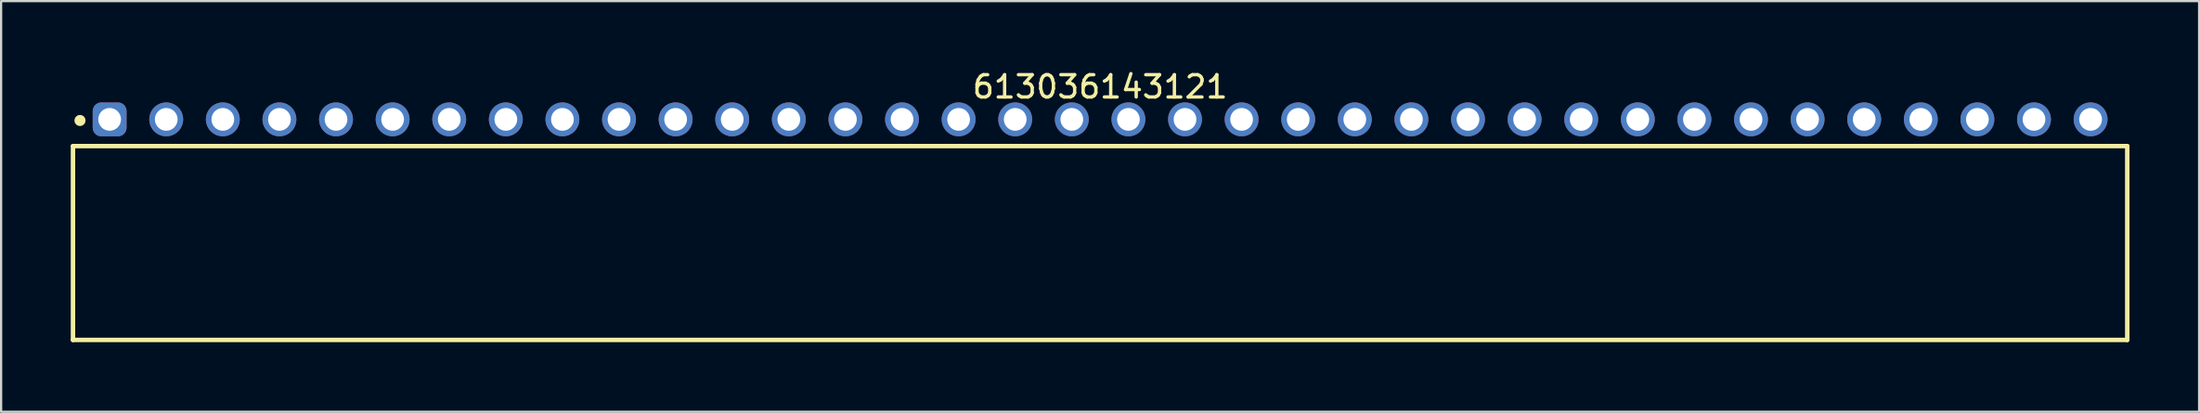
<source format=kicad_pcb>
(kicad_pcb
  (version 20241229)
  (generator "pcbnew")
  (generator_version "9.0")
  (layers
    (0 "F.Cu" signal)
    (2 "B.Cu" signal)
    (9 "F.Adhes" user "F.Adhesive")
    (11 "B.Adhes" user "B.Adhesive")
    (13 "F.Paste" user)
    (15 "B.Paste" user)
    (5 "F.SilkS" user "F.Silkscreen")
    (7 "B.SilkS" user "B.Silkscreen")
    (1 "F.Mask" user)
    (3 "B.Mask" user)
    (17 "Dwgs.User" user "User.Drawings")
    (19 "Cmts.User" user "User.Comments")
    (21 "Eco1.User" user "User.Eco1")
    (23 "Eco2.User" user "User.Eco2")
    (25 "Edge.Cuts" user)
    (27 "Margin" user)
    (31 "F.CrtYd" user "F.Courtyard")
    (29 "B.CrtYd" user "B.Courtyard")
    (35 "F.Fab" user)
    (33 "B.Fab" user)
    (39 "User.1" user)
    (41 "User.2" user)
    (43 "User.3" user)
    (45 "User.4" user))
  (footprint "613036143121"
    (layer "F.Cu")
    (at 46.32 7.858)
    (property "Reference" "613036143121" (at 0 -7.01 0) (layer "F.SilkS") (effects (font (size 1 1) (thickness 0.15))))
    (fp_line (start -46.095 -4.35) (end 46.095 -4.35) (stroke (width 0.2) (type solid)) (layer "F.SilkS"))
    (fp_line (start -46.095 4.35) (end -46.095 -4.35) (stroke (width 0.2) (type solid)) (layer "F.SilkS"))
    (fp_line (start -46.095 4.35) (end 46.095 4.35) (stroke (width 0.2) (type solid)) (layer "F.SilkS"))
    (fp_line (start 46.095 4.35) (end 46.095 -4.35) (stroke (width 0.2) (type solid)) (layer "F.SilkS"))
    (fp_circle (center -45.78 -5.5) (end -45.78 -5.625) (stroke (width 0.25) (type solid)) (fill no) (layer "F.SilkS"))
    (fp_line (start -46.295 -6.51) (end 46.295 -6.51) (stroke (width 0.05) (type solid)) (layer "Eco2.User"))
    (fp_line (start -46.295 4.55) (end -46.295 -6.51) (stroke (width 0.05) (type solid)) (layer "Eco2.User"))
    (fp_line (start -46.295 4.55) (end 46.295 4.55) (stroke (width 0.05) (type solid)) (layer "Eco2.User"))
    (fp_line (start -45.97 -4.25) (end 45.97 -4.25) (stroke (width 0.1) (type solid)) (layer "Eco2.User"))
    (fp_line (start -45.97 4.25) (end -45.97 -4.25) (stroke (width 0.1) (type solid)) (layer "Eco2.User"))
    (fp_line (start -45.97 4.25) (end 45.97 4.25) (stroke (width 0.1) (type solid)) (layer "Eco2.User"))
    (fp_line (start -44.82 -5.75) (end -44.08 -5.75) (stroke (width 0.1) (type solid)) (layer "Eco2.User"))
    (fp_line (start -44.82 -4.25) (end -44.82 -5.75) (stroke (width 0.1) (type solid)) (layer "Eco2.User"))
    (fp_line (start -44.08 -4.25) (end -44.08 -5.75) (stroke (width 0.1) (type solid)) (layer "Eco2.User"))
    (fp_line (start -42.28 -5.75) (end -41.54 -5.75) (stroke (width 0.1) (type solid)) (layer "Eco2.User"))
    (fp_line (start -42.28 -4.25) (end -42.28 -5.75) (stroke (width 0.1) (type solid)) (layer "Eco2.User"))
    (fp_line (start -41.54 -4.25) (end -41.54 -5.75) (stroke (width 0.1) (type solid)) (layer "Eco2.User"))
    (fp_line (start -39.74 -5.75) (end -39 -5.75) (stroke (width 0.1) (type solid)) (layer "Eco2.User"))
    (fp_line (start -39.74 -4.25) (end -39.74 -5.75) (stroke (width 0.1) (type solid)) (layer "Eco2.User"))
    (fp_line (start -39 -4.25) (end -39 -5.75) (stroke (width 0.1) (type solid)) (layer "Eco2.User"))
    (fp_line (start -37.2 -5.75) (end -36.46 -5.75) (stroke (width 0.1) (type solid)) (layer "Eco2.User"))
    (fp_line (start -37.2 -4.25) (end -37.2 -5.75) (stroke (width 0.1) (type solid)) (layer "Eco2.User"))
    (fp_line (start -36.46 -4.25) (end -36.46 -5.75) (stroke (width 0.1) (type solid)) (layer "Eco2.User"))
    (fp_line (start -34.66 -5.75) (end -33.92 -5.75) (stroke (width 0.1) (type solid)) (layer "Eco2.User"))
    (fp_line (start -34.66 -4.25) (end -34.66 -5.75) (stroke (width 0.1) (type solid)) (layer "Eco2.User"))
    (fp_line (start -33.92 -4.25) (end -33.92 -5.75) (stroke (width 0.1) (type solid)) (layer "Eco2.User"))
    (fp_line (start -32.12 -5.75) (end -31.38 -5.75) (stroke (width 0.1) (type solid)) (layer "Eco2.User"))
    (fp_line (start -32.12 -4.25) (end -32.12 -5.75) (stroke (width 0.1) (type solid)) (layer "Eco2.User"))
    (fp_line (start -31.38 -4.25) (end -31.38 -5.75) (stroke (width 0.1) (type solid)) (layer "Eco2.User"))
    (fp_line (start -29.58 -5.75) (end -28.84 -5.75) (stroke (width 0.1) (type solid)) (layer "Eco2.User"))
    (fp_line (start -29.58 -4.25) (end -29.58 -5.75) (stroke (width 0.1) (type solid)) (layer "Eco2.User"))
    (fp_line (start -28.84 -4.25) (end -28.84 -5.75) (stroke (width 0.1) (type solid)) (layer "Eco2.User"))
    (fp_line (start -27.04 -5.75) (end -26.3 -5.75) (stroke (width 0.1) (type solid)) (layer "Eco2.User"))
    (fp_line (start -27.04 -4.25) (end -27.04 -5.75) (stroke (width 0.1) (type solid)) (layer "Eco2.User"))
    (fp_line (start -26.3 -4.25) (end -26.3 -5.75) (stroke (width 0.1) (type solid)) (layer "Eco2.User"))
    (fp_line (start -24.5 -5.75) (end -23.76 -5.75) (stroke (width 0.1) (type solid)) (layer "Eco2.User"))
    (fp_line (start -24.5 -4.25) (end -24.5 -5.75) (stroke (width 0.1) (type solid)) (layer "Eco2.User"))
    (fp_line (start -23.76 -4.25) (end -23.76 -5.75) (stroke (width 0.1) (type solid)) (layer "Eco2.User"))
    (fp_line (start -21.96 -5.75) (end -21.22 -5.75) (stroke (width 0.1) (type solid)) (layer "Eco2.User"))
    (fp_line (start -21.96 -4.25) (end -21.96 -5.75) (stroke (width 0.1) (type solid)) (layer "Eco2.User"))
    (fp_line (start -21.22 -4.25) (end -21.22 -5.75) (stroke (width 0.1) (type solid)) (layer "Eco2.User"))
    (fp_line (start -19.42 -5.75) (end -18.68 -5.75) (stroke (width 0.1) (type solid)) (layer "Eco2.User"))
    (fp_line (start -19.42 -4.25) (end -19.42 -5.75) (stroke (width 0.1) (type solid)) (layer "Eco2.User"))
    (fp_line (start -18.68 -4.25) (end -18.68 -5.75) (stroke (width 0.1) (type solid)) (layer "Eco2.User"))
    (fp_line (start -16.88 -5.75) (end -16.14 -5.75) (stroke (width 0.1) (type solid)) (layer "Eco2.User"))
    (fp_line (start -16.88 -4.25) (end -16.88 -5.75) (stroke (width 0.1) (type solid)) (layer "Eco2.User"))
    (fp_line (start -16.14 -4.25) (end -16.14 -5.75) (stroke (width 0.1) (type solid)) (layer "Eco2.User"))
    (fp_line (start -14.34 -5.75) (end -13.6 -5.75) (stroke (width 0.1) (type solid)) (layer "Eco2.User"))
    (fp_line (start -14.34 -4.25) (end -14.34 -5.75) (stroke (width 0.1) (type solid)) (layer "Eco2.User"))
    (fp_line (start -13.6 -4.25) (end -13.6 -5.75) (stroke (width 0.1) (type solid)) (layer "Eco2.User"))
    (fp_line (start -11.8 -5.75) (end -11.06 -5.75) (stroke (width 0.1) (type solid)) (layer "Eco2.User"))
    (fp_line (start -11.8 -4.25) (end -11.8 -5.75) (stroke (width 0.1) (type solid)) (layer "Eco2.User"))
    (fp_line (start -11.06 -4.25) (end -11.06 -5.75) (stroke (width 0.1) (type solid)) (layer "Eco2.User"))
    (fp_line (start -9.26 -5.75) (end -8.52 -5.75) (stroke (width 0.1) (type solid)) (layer "Eco2.User"))
    (fp_line (start -9.26 -4.25) (end -9.26 -5.75) (stroke (width 0.1) (type solid)) (layer "Eco2.User"))
    (fp_line (start -8.52 -4.25) (end -8.52 -5.75) (stroke (width 0.1) (type solid)) (layer "Eco2.User"))
    (fp_line (start -6.72 -5.75) (end -5.98 -5.75) (stroke (width 0.1) (type solid)) (layer "Eco2.User"))
    (fp_line (start -6.72 -4.25) (end -6.72 -5.75) (stroke (width 0.1) (type solid)) (layer "Eco2.User"))
    (fp_line (start -5.98 -4.25) (end -5.98 -5.75) (stroke (width 0.1) (type solid)) (layer "Eco2.User"))
    (fp_line (start -4.18 -5.75) (end -3.44 -5.75) (stroke (width 0.1) (type solid)) (layer "Eco2.User"))
    (fp_line (start -4.18 -4.25) (end -4.18 -5.75) (stroke (width 0.1) (type solid)) (layer "Eco2.User"))
    (fp_line (start -3.44 -4.25) (end -3.44 -5.75) (stroke (width 0.1) (type solid)) (layer "Eco2.User"))
    (fp_line (start -1.64 -5.75) (end -0.9 -5.75) (stroke (width 0.1) (type solid)) (layer "Eco2.User"))
    (fp_line (start -1.64 -4.25) (end -1.64 -5.75) (stroke (width 0.1) (type solid)) (layer "Eco2.User"))
    (fp_line (start -0.9 -4.25) (end -0.9 -5.75) (stroke (width 0.1) (type solid)) (layer "Eco2.User"))
    (fp_line (start -0.5 0) (end 0.5 0) (stroke (width 0.05) (type solid)) (layer "Eco2.User"))
    (fp_line (start 0 0.5) (end 0 -0.5) (stroke (width 0.05) (type solid)) (layer "Eco2.User"))
    (fp_line (start 0.9 -5.75) (end 1.64 -5.75) (stroke (width 0.1) (type solid)) (layer "Eco2.User"))
    (fp_line (start 0.9 -4.25) (end 0.9 -5.75) (stroke (width 0.1) (type solid)) (layer "Eco2.User"))
    (fp_line (start 1.64 -4.25) (end 1.64 -5.75) (stroke (width 0.1) (type solid)) (layer "Eco2.User"))
    (fp_line (start 3.44 -5.75) (end 4.18 -5.75) (stroke (width 0.1) (type solid)) (layer "Eco2.User"))
    (fp_line (start 3.44 -4.25) (end 3.44 -5.75) (stroke (width 0.1) (type solid)) (layer "Eco2.User"))
    (fp_line (start 4.18 -4.25) (end 4.18 -5.75) (stroke (width 0.1) (type solid)) (layer "Eco2.User"))
    (fp_line (start 5.98 -5.75) (end 6.72 -5.75) (stroke (width 0.1) (type solid)) (layer "Eco2.User"))
    (fp_line (start 5.98 -4.25) (end 5.98 -5.75) (stroke (width 0.1) (type solid)) (layer "Eco2.User"))
    (fp_line (start 6.72 -4.25) (end 6.72 -5.75) (stroke (width 0.1) (type solid)) (layer "Eco2.User"))
    (fp_line (start 8.52 -5.75) (end 9.26 -5.75) (stroke (width 0.1) (type solid)) (layer "Eco2.User"))
    (fp_line (start 8.52 -4.25) (end 8.52 -5.75) (stroke (width 0.1) (type solid)) (layer "Eco2.User"))
    (fp_line (start 9.26 -4.25) (end 9.26 -5.75) (stroke (width 0.1) (type solid)) (layer "Eco2.User"))
    (fp_line (start 11.06 -5.75) (end 11.8 -5.75) (stroke (width 0.1) (type solid)) (layer "Eco2.User"))
    (fp_line (start 11.06 -4.25) (end 11.06 -5.75) (stroke (width 0.1) (type solid)) (layer "Eco2.User"))
    (fp_line (start 11.8 -4.25) (end 11.8 -5.75) (stroke (width 0.1) (type solid)) (layer "Eco2.User"))
    (fp_line (start 13.6 -5.75) (end 14.34 -5.75) (stroke (width 0.1) (type solid)) (layer "Eco2.User"))
    (fp_line (start 13.6 -4.25) (end 13.6 -5.75) (stroke (width 0.1) (type solid)) (layer "Eco2.User"))
    (fp_line (start 14.34 -4.25) (end 14.34 -5.75) (stroke (width 0.1) (type solid)) (layer "Eco2.User"))
    (fp_line (start 16.14 -5.75) (end 16.88 -5.75) (stroke (width 0.1) (type solid)) (layer "Eco2.User"))
    (fp_line (start 16.14 -4.25) (end 16.14 -5.75) (stroke (width 0.1) (type solid)) (layer "Eco2.User"))
    (fp_line (start 16.88 -4.25) (end 16.88 -5.75) (stroke (width 0.1) (type solid)) (layer "Eco2.User"))
    (fp_line (start 18.68 -5.75) (end 19.42 -5.75) (stroke (width 0.1) (type solid)) (layer "Eco2.User"))
    (fp_line (start 18.68 -4.25) (end 18.68 -5.75) (stroke (width 0.1) (type solid)) (layer "Eco2.User"))
    (fp_line (start 19.42 -4.25) (end 19.42 -5.75) (stroke (width 0.1) (type solid)) (layer "Eco2.User"))
    (fp_line (start 21.22 -5.75) (end 21.96 -5.75) (stroke (width 0.1) (type solid)) (layer "Eco2.User"))
    (fp_line (start 21.22 -4.25) (end 21.22 -5.75) (stroke (width 0.1) (type solid)) (layer "Eco2.User"))
    (fp_line (start 21.96 -4.25) (end 21.96 -5.75) (stroke (width 0.1) (type solid)) (layer "Eco2.User"))
    (fp_line (start 23.76 -5.75) (end 24.5 -5.75) (stroke (width 0.1) (type solid)) (layer "Eco2.User"))
    (fp_line (start 23.76 -4.25) (end 23.76 -5.75) (stroke (width 0.1) (type solid)) (layer "Eco2.User"))
    (fp_line (start 24.5 -4.25) (end 24.5 -5.75) (stroke (width 0.1) (type solid)) (layer "Eco2.User"))
    (fp_line (start 26.3 -5.75) (end 27.04 -5.75) (stroke (width 0.1) (type solid)) (layer "Eco2.User"))
    (fp_line (start 26.3 -4.25) (end 26.3 -5.75) (stroke (width 0.1) (type solid)) (layer "Eco2.User"))
    (fp_line (start 27.04 -4.25) (end 27.04 -5.75) (stroke (width 0.1) (type solid)) (layer "Eco2.User"))
    (fp_line (start 28.84 -5.75) (end 29.58 -5.75) (stroke (width 0.1) (type solid)) (layer "Eco2.User"))
    (fp_line (start 28.84 -4.25) (end 28.84 -5.75) (stroke (width 0.1) (type solid)) (layer "Eco2.User"))
    (fp_line (start 29.58 -4.25) (end 29.58 -5.75) (stroke (width 0.1) (type solid)) (layer "Eco2.User"))
    (fp_line (start 31.38 -5.75) (end 32.12 -5.75) (stroke (width 0.1) (type solid)) (layer "Eco2.User"))
    (fp_line (start 31.38 -4.25) (end 31.38 -5.75) (stroke (width 0.1) (type solid)) (layer "Eco2.User"))
    (fp_line (start 32.12 -4.25) (end 32.12 -5.75) (stroke (width 0.1) (type solid)) (layer "Eco2.User"))
    (fp_line (start 33.92 -5.75) (end 34.66 -5.75) (stroke (width 0.1) (type solid)) (layer "Eco2.User"))
    (fp_line (start 33.92 -4.25) (end 33.92 -5.75) (stroke (width 0.1) (type solid)) (layer "Eco2.User"))
    (fp_line (start 34.66 -4.25) (end 34.66 -5.75) (stroke (width 0.1) (type solid)) (layer "Eco2.User"))
    (fp_line (start 36.46 -5.75) (end 37.2 -5.75) (stroke (width 0.1) (type solid)) (layer "Eco2.User"))
    (fp_line (start 36.46 -4.25) (end 36.46 -5.75) (stroke (width 0.1) (type solid)) (layer "Eco2.User"))
    (fp_line (start 37.2 -4.25) (end 37.2 -5.75) (stroke (width 0.1) (type solid)) (layer "Eco2.User"))
    (fp_line (start 39 -5.75) (end 39.74 -5.75) (stroke (width 0.1) (type solid)) (layer "Eco2.User"))
    (fp_line (start 39 -4.25) (end 39 -5.75) (stroke (width 0.1) (type solid)) (layer "Eco2.User"))
    (fp_line (start 39.74 -4.25) (end 39.74 -5.75) (stroke (width 0.1) (type solid)) (layer "Eco2.User"))
    (fp_line (start 41.54 -5.75) (end 42.28 -5.75) (stroke (width 0.1) (type solid)) (layer "Eco2.User"))
    (fp_line (start 41.54 -4.25) (end 41.54 -5.75) (stroke (width 0.1) (type solid)) (layer "Eco2.User"))
    (fp_line (start 42.28 -4.25) (end 42.28 -5.75) (stroke (width 0.1) (type solid)) (layer "Eco2.User"))
    (fp_line (start 44.08 -5.75) (end 44.82 -5.75) (stroke (width 0.1) (type solid)) (layer "Eco2.User"))
    (fp_line (start 44.08 -4.25) (end 44.08 -5.75) (stroke (width 0.1) (type solid)) (layer "Eco2.User"))
    (fp_line (start 44.82 -4.25) (end 44.82 -5.75) (stroke (width 0.1) (type solid)) (layer "Eco2.User"))
    (fp_line (start 45.97 4.25) (end 45.97 -4.25) (stroke (width 0.1) (type solid)) (layer "Eco2.User"))
    (fp_line (start 46.295 4.55) (end 46.295 -6.51) (stroke (width 0.05) (type solid)) (layer "Eco2.User"))
    (fp_text user "${REFERENCE}" (at 0.15 -0.197 0) (unlocked yes) (layer "User.3") (effects (font (size 1.5 1.5) (thickness 0.15))))
    (pad "1" thru_hole roundrect (at -44.45 -5.55) (size 1.52 1.52) (drill 1.02) (layers "*.Cu" "*.Mask") (roundrect_rratio 0.25))
    (pad "2" thru_hole circle (at -41.91 -5.55) (size 1.52 1.52) (drill 1.02) (layers "*.Cu" "*.Mask"))
    (pad "3" thru_hole circle (at -39.37 -5.55) (size 1.52 1.52) (drill 1.02) (layers "*.Cu" "*.Mask"))
    (pad "4" thru_hole circle (at -36.83 -5.55) (size 1.52 1.52) (drill 1.02) (layers "*.Cu" "*.Mask"))
    (pad "5" thru_hole circle (at -34.29 -5.55) (size 1.52 1.52) (drill 1.02) (layers "*.Cu" "*.Mask"))
    (pad "6" thru_hole circle (at -31.75 -5.55) (size 1.52 1.52) (drill 1.02) (layers "*.Cu" "*.Mask"))
    (pad "7" thru_hole circle (at -29.21 -5.55) (size 1.52 1.52) (drill 1.02) (layers "*.Cu" "*.Mask"))
    (pad "8" thru_hole circle (at -26.67 -5.55) (size 1.52 1.52) (drill 1.02) (layers "*.Cu" "*.Mask"))
    (pad "9" thru_hole circle (at -24.13 -5.55) (size 1.52 1.52) (drill 1.02) (layers "*.Cu" "*.Mask"))
    (pad "10" thru_hole circle (at -21.59 -5.55) (size 1.52 1.52) (drill 1.02) (layers "*.Cu" "*.Mask"))
    (pad "11" thru_hole circle (at -19.05 -5.55) (size 1.52 1.52) (drill 1.02) (layers "*.Cu" "*.Mask"))
    (pad "12" thru_hole circle (at -16.51 -5.55) (size 1.52 1.52) (drill 1.02) (layers "*.Cu" "*.Mask"))
    (pad "13" thru_hole circle (at -13.97 -5.55) (size 1.52 1.52) (drill 1.02) (layers "*.Cu" "*.Mask"))
    (pad "14" thru_hole circle (at -11.43 -5.55) (size 1.52 1.52) (drill 1.02) (layers "*.Cu" "*.Mask"))
    (pad "15" thru_hole circle (at -8.89 -5.55) (size 1.52 1.52) (drill 1.02) (layers "*.Cu" "*.Mask"))
    (pad "16" thru_hole circle (at -6.35 -5.55) (size 1.52 1.52) (drill 1.02) (layers "*.Cu" "*.Mask"))
    (pad "17" thru_hole circle (at -3.81 -5.55) (size 1.52 1.52) (drill 1.02) (layers "*.Cu" "*.Mask"))
    (pad "18" thru_hole circle (at -1.27 -5.55) (size 1.52 1.52) (drill 1.02) (layers "*.Cu" "*.Mask"))
    (pad "19" thru_hole circle (at 1.27 -5.55) (size 1.52 1.52) (drill 1.02) (layers "*.Cu" "*.Mask"))
    (pad "20" thru_hole circle (at 3.81 -5.55) (size 1.52 1.52) (drill 1.02) (layers "*.Cu" "*.Mask"))
    (pad "21" thru_hole circle (at 6.35 -5.55) (size 1.52 1.52) (drill 1.02) (layers "*.Cu" "*.Mask"))
    (pad "22" thru_hole circle (at 8.89 -5.55) (size 1.52 1.52) (drill 1.02) (layers "*.Cu" "*.Mask"))
    (pad "23" thru_hole circle (at 11.43 -5.55) (size 1.52 1.52) (drill 1.02) (layers "*.Cu" "*.Mask"))
    (pad "24" thru_hole circle (at 13.97 -5.55) (size 1.52 1.52) (drill 1.02) (layers "*.Cu" "*.Mask"))
    (pad "25" thru_hole circle (at 16.51 -5.55) (size 1.52 1.52) (drill 1.02) (layers "*.Cu" "*.Mask"))
    (pad "26" thru_hole circle (at 19.05 -5.55) (size 1.52 1.52) (drill 1.02) (layers "*.Cu" "*.Mask"))
    (pad "27" thru_hole circle (at 21.59 -5.55) (size 1.52 1.52) (drill 1.02) (layers "*.Cu" "*.Mask"))
    (pad "28" thru_hole circle (at 24.13 -5.55) (size 1.52 1.52) (drill 1.02) (layers "*.Cu" "*.Mask"))
    (pad "29" thru_hole circle (at 26.67 -5.55) (size 1.52 1.52) (drill 1.02) (layers "*.Cu" "*.Mask"))
    (pad "30" thru_hole circle (at 29.21 -5.55) (size 1.52 1.52) (drill 1.02) (layers "*.Cu" "*.Mask"))
    (pad "31" thru_hole circle (at 31.75 -5.55) (size 1.52 1.52) (drill 1.02) (layers "*.Cu" "*.Mask"))
    (pad "32" thru_hole circle (at 34.29 -5.55) (size 1.52 1.52) (drill 1.02) (layers "*.Cu" "*.Mask"))
    (pad "33" thru_hole circle (at 36.83 -5.55) (size 1.52 1.52) (drill 1.02) (layers "*.Cu" "*.Mask"))
    (pad "34" thru_hole circle (at 39.37 -5.55) (size 1.52 1.52) (drill 1.02) (layers "*.Cu" "*.Mask"))
    (pad "35" thru_hole circle (at 41.91 -5.55) (size 1.52 1.52) (drill 1.02) (layers "*.Cu" "*.Mask"))
    (pad "36" thru_hole circle (at 44.45 -5.55) (size 1.52 1.52) (drill 1.02) (layers "*.Cu" "*.Mask")))
  (gr_rect
    (start -3 -3)
    (end 95.64 15.433)
    (stroke (width 0.1) (type default))
    (fill no)
    (layer "Edge.Cuts")))
</source>
